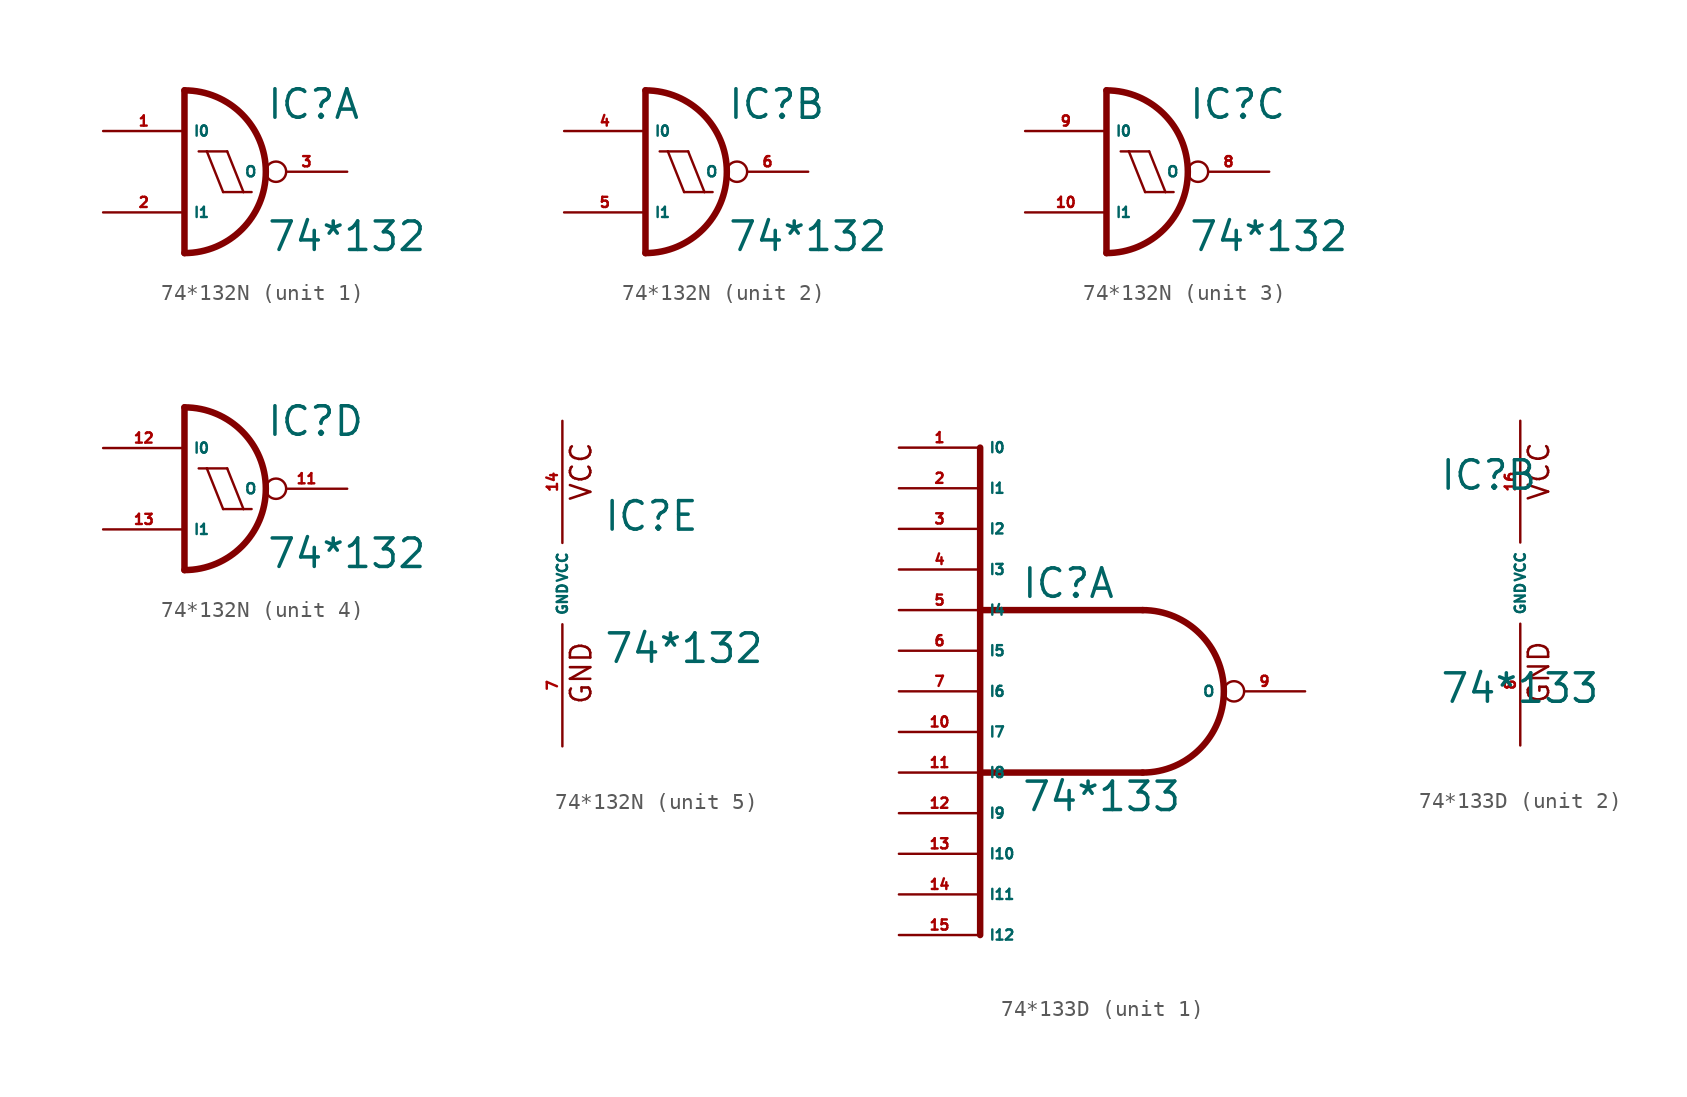
<source format=kicad_sym>
(kicad_symbol_lib
  (version 20220914)
  (generator Eagle2Kicad)
  (symbol "74*132N"
    (property "Reference" "IC"
      (at 2.54 3.175 0)
      (effects (font (size 1.778 1.778) (thickness 0.22)) (justify left bottom)))
    (property "Value" "74*132"
      (at 2.54 -5.08 0)
      (effects (font (size 1.778 1.778) (thickness 0.22)) (justify left bottom)))
    (symbol "74*132N_1_0"
      (polyline (pts (xy -2.54 5.08) (xy -2.54 -5.08)) (stroke (width 0.406) (type default)) (fill (type none)))
      (arc (start -2.54 -5.08) (mid 2.540 0.000) (end -2.54 5.08) (stroke (width 0.4064) (type default)) (fill (type none)))
      (polyline (pts (xy 1.143 -1.27) (xy 0.127 1.27)) (stroke (width 0.152) (type default)) (fill (type none)))
      (polyline (pts (xy -0.127 -1.27) (xy -1.143 1.27)) (stroke (width 0.152) (type default)) (fill (type none)))
      (polyline (pts (xy -0.127 -1.27) (xy 1.143 -1.27)) (stroke (width 0.152) (type default)) (fill (type none)))
      (polyline (pts (xy 1.143 -1.27) (xy 1.651 -1.27)) (stroke (width 0.152) (type default)) (fill (type none)))
      (polyline (pts (xy -1.651 1.27) (xy -1.143 1.27)) (stroke (width 0.152) (type default)) (fill (type none)))
      (polyline (pts (xy -1.143 1.27) (xy 0.127 1.27)) (stroke (width 0.152) (type default)) (fill (type none)))
      (pin input line (at -7.62 2.54 0) (length 5.08) (name "I0" (effects (font (size 0.635 0.635) (thickness 0.08)) (justify left bottom))) (number "1" (effects (font (size 0.635 0.635) (thickness 0.08)) (justify left bottom))))
      (pin input line (at -7.62 -2.54 0) (length 5.08) (name "I1" (effects (font (size 0.635 0.635) (thickness 0.08)) (justify left bottom))) (number "2" (effects (font (size 0.635 0.635) (thickness 0.08)) (justify left bottom))))
      (pin output inverted (at 7.62 0 180) (length 5.08) (name "O" (effects (font (size 0.635 0.635) (thickness 0.08)) (justify left bottom))) (number "3" (effects (font (size 0.635 0.635) (thickness 0.08)) (justify left bottom)))))
    (symbol "74*132N_2_0"
      (polyline (pts (xy -2.54 5.08) (xy -2.54 -5.08)) (stroke (width 0.406) (type default)) (fill (type none)))
      (arc (start -2.54 -5.08) (mid 2.540 0.000) (end -2.54 5.08) (stroke (width 0.4064) (type default)) (fill (type none)))
      (polyline (pts (xy 1.143 -1.27) (xy 0.127 1.27)) (stroke (width 0.152) (type default)) (fill (type none)))
      (polyline (pts (xy -0.127 -1.27) (xy -1.143 1.27)) (stroke (width 0.152) (type default)) (fill (type none)))
      (polyline (pts (xy -0.127 -1.27) (xy 1.143 -1.27)) (stroke (width 0.152) (type default)) (fill (type none)))
      (polyline (pts (xy 1.143 -1.27) (xy 1.651 -1.27)) (stroke (width 0.152) (type default)) (fill (type none)))
      (polyline (pts (xy -1.651 1.27) (xy -1.143 1.27)) (stroke (width 0.152) (type default)) (fill (type none)))
      (polyline (pts (xy -1.143 1.27) (xy 0.127 1.27)) (stroke (width 0.152) (type default)) (fill (type none)))
      (pin input line (at -7.62 2.54 0) (length 5.08) (name "I0" (effects (font (size 0.635 0.635) (thickness 0.08)) (justify left bottom))) (number "4" (effects (font (size 0.635 0.635) (thickness 0.08)) (justify left bottom))))
      (pin input line (at -7.62 -2.54 0) (length 5.08) (name "I1" (effects (font (size 0.635 0.635) (thickness 0.08)) (justify left bottom))) (number "5" (effects (font (size 0.635 0.635) (thickness 0.08)) (justify left bottom))))
      (pin output inverted (at 7.62 0 180) (length 5.08) (name "O" (effects (font (size 0.635 0.635) (thickness 0.08)) (justify left bottom))) (number "6" (effects (font (size 0.635 0.635) (thickness 0.08)) (justify left bottom)))))
    (symbol "74*132N_3_0"
      (polyline (pts (xy -2.54 5.08) (xy -2.54 -5.08)) (stroke (width 0.406) (type default)) (fill (type none)))
      (arc (start -2.54 -5.08) (mid 2.540 0.000) (end -2.54 5.08) (stroke (width 0.4064) (type default)) (fill (type none)))
      (polyline (pts (xy 1.143 -1.27) (xy 0.127 1.27)) (stroke (width 0.152) (type default)) (fill (type none)))
      (polyline (pts (xy -0.127 -1.27) (xy -1.143 1.27)) (stroke (width 0.152) (type default)) (fill (type none)))
      (polyline (pts (xy -0.127 -1.27) (xy 1.143 -1.27)) (stroke (width 0.152) (type default)) (fill (type none)))
      (polyline (pts (xy 1.143 -1.27) (xy 1.651 -1.27)) (stroke (width 0.152) (type default)) (fill (type none)))
      (polyline (pts (xy -1.651 1.27) (xy -1.143 1.27)) (stroke (width 0.152) (type default)) (fill (type none)))
      (polyline (pts (xy -1.143 1.27) (xy 0.127 1.27)) (stroke (width 0.152) (type default)) (fill (type none)))
      (pin input line (at -7.62 2.54 0) (length 5.08) (name "I0" (effects (font (size 0.635 0.635) (thickness 0.08)) (justify left bottom))) (number "9" (effects (font (size 0.635 0.635) (thickness 0.08)) (justify left bottom))))
      (pin input line (at -7.62 -2.54 0) (length 5.08) (name "I1" (effects (font (size 0.635 0.635) (thickness 0.08)) (justify left bottom))) (number "10" (effects (font (size 0.635 0.635) (thickness 0.08)) (justify left bottom))))
      (pin output inverted (at 7.62 0 180) (length 5.08) (name "O" (effects (font (size 0.635 0.635) (thickness 0.08)) (justify left bottom))) (number "8" (effects (font (size 0.635 0.635) (thickness 0.08)) (justify left bottom)))))
    (symbol "74*132N_4_0"
      (polyline (pts (xy -2.54 5.08) (xy -2.54 -5.08)) (stroke (width 0.406) (type default)) (fill (type none)))
      (arc (start -2.54 -5.08) (mid 2.540 0.000) (end -2.54 5.08) (stroke (width 0.4064) (type default)) (fill (type none)))
      (polyline (pts (xy 1.143 -1.27) (xy 0.127 1.27)) (stroke (width 0.152) (type default)) (fill (type none)))
      (polyline (pts (xy -0.127 -1.27) (xy -1.143 1.27)) (stroke (width 0.152) (type default)) (fill (type none)))
      (polyline (pts (xy -0.127 -1.27) (xy 1.143 -1.27)) (stroke (width 0.152) (type default)) (fill (type none)))
      (polyline (pts (xy 1.143 -1.27) (xy 1.651 -1.27)) (stroke (width 0.152) (type default)) (fill (type none)))
      (polyline (pts (xy -1.651 1.27) (xy -1.143 1.27)) (stroke (width 0.152) (type default)) (fill (type none)))
      (polyline (pts (xy -1.143 1.27) (xy 0.127 1.27)) (stroke (width 0.152) (type default)) (fill (type none)))
      (pin input line (at -7.62 2.54 0) (length 5.08) (name "I0" (effects (font (size 0.635 0.635) (thickness 0.08)) (justify left bottom))) (number "12" (effects (font (size 0.635 0.635) (thickness 0.08)) (justify left bottom))))
      (pin input line (at -7.62 -2.54 0) (length 5.08) (name "I1" (effects (font (size 0.635 0.635) (thickness 0.08)) (justify left bottom))) (number "13" (effects (font (size 0.635 0.635) (thickness 0.08)) (justify left bottom))))
      (pin output inverted (at 7.62 0 180) (length 5.08) (name "O" (effects (font (size 0.635 0.635) (thickness 0.08)) (justify left bottom))) (number "11" (effects (font (size 0.635 0.635) (thickness 0.08)) (justify left bottom)))))
    (symbol "74*132N_5_0"
      (text "GND" (at 1.905 -7.62 900) (effects (font (size 1.27 1.27) (thickness 0.16)) (justify left bottom)))
      (text "VCC" (at 1.905 5.08 900) (effects (font (size 1.27 1.27) (thickness 0.16)) (justify left bottom)))
      (pin unspecified line (at 0 -10.16 90) (length 7.62) (name "GND" (effects (font (size 0.635 0.635) (thickness 0.08)) (justify left bottom))) (number "7" (effects (font (size 0.635 0.635) (thickness 0.08)) (justify left bottom))))
      (pin unspecified line (at 0 10.16 270) (length 7.62) (name "VCC" (effects (font (size 0.635 0.635) (thickness 0.08)) (justify left bottom))) (number "14" (effects (font (size 0.635 0.635) (thickness 0.08)) (justify left bottom))))))
  (symbol "74*133D"
    (property "Reference" "IC"
      (at -5.08 5.715 0)
      (effects (font (size 1.778 1.778) (thickness 0.22)) (justify left bottom)))
    (property "Value" "74*133"
      (at -5.08 -7.62 0)
      (effects (font (size 1.778 1.778) (thickness 0.22)) (justify left bottom)))
    (symbol "74*133D_1_0"
      (polyline (pts (xy 2.54 5.08) (xy -7.62 5.08)) (stroke (width 0.406) (type default)) (fill (type none)))
      (polyline (pts (xy -7.62 -5.08) (xy 2.54 -5.08)) (stroke (width 0.406) (type default)) (fill (type none)))
      (polyline (pts (xy -7.62 15.24) (xy -7.62 -15.24)) (stroke (width 0.406) (type default)) (fill (type none)))
      (arc (start 2.54 -5.08) (mid 7.620 0.000) (end 2.54 5.08) (stroke (width 0.4064) (type default)) (fill (type none)))
      (pin input line (at -12.7 15.24 0) (length 5.08) (name "I0" (effects (font (size 0.635 0.635) (thickness 0.08)) (justify left bottom))) (number "1" (effects (font (size 0.635 0.635) (thickness 0.08)) (justify left bottom))))
      (pin input line (at -12.7 12.7 0) (length 5.08) (name "I1" (effects (font (size 0.635 0.635) (thickness 0.08)) (justify left bottom))) (number "2" (effects (font (size 0.635 0.635) (thickness 0.08)) (justify left bottom))))
      (pin input line (at -12.7 10.16 0) (length 5.08) (name "I2" (effects (font (size 0.635 0.635) (thickness 0.08)) (justify left bottom))) (number "3" (effects (font (size 0.635 0.635) (thickness 0.08)) (justify left bottom))))
      (pin input line (at -12.7 7.62 0) (length 5.08) (name "I3" (effects (font (size 0.635 0.635) (thickness 0.08)) (justify left bottom))) (number "4" (effects (font (size 0.635 0.635) (thickness 0.08)) (justify left bottom))))
      (pin input line (at -12.7 5.08 0) (length 5.08) (name "I4" (effects (font (size 0.635 0.635) (thickness 0.08)) (justify left bottom))) (number "5" (effects (font (size 0.635 0.635) (thickness 0.08)) (justify left bottom))))
      (pin input line (at -12.7 2.54 0) (length 5.08) (name "I5" (effects (font (size 0.635 0.635) (thickness 0.08)) (justify left bottom))) (number "6" (effects (font (size 0.635 0.635) (thickness 0.08)) (justify left bottom))))
      (pin input line (at -12.7 0 0) (length 5.08) (name "I6" (effects (font (size 0.635 0.635) (thickness 0.08)) (justify left bottom))) (number "7" (effects (font (size 0.635 0.635) (thickness 0.08)) (justify left bottom))))
      (pin output inverted (at 12.7 0 180) (length 5.08) (name "O" (effects (font (size 0.635 0.635) (thickness 0.08)) (justify left bottom))) (number "9" (effects (font (size 0.635 0.635) (thickness 0.08)) (justify left bottom))))
      (pin input line (at -12.7 -2.54 0) (length 5.08) (name "I7" (effects (font (size 0.635 0.635) (thickness 0.08)) (justify left bottom))) (number "10" (effects (font (size 0.635 0.635) (thickness 0.08)) (justify left bottom))))
      (pin input line (at -12.7 -5.08 0) (length 5.08) (name "I8" (effects (font (size 0.635 0.635) (thickness 0.08)) (justify left bottom))) (number "11" (effects (font (size 0.635 0.635) (thickness 0.08)) (justify left bottom))))
      (pin input line (at -12.7 -7.62 0) (length 5.08) (name "I9" (effects (font (size 0.635 0.635) (thickness 0.08)) (justify left bottom))) (number "12" (effects (font (size 0.635 0.635) (thickness 0.08)) (justify left bottom))))
      (pin input line (at -12.7 -10.16 0) (length 5.08) (name "I10" (effects (font (size 0.635 0.635) (thickness 0.08)) (justify left bottom))) (number "13" (effects (font (size 0.635 0.635) (thickness 0.08)) (justify left bottom))))
      (pin input line (at -12.7 -12.7 0) (length 5.08) (name "I11" (effects (font (size 0.635 0.635) (thickness 0.08)) (justify left bottom))) (number "14" (effects (font (size 0.635 0.635) (thickness 0.08)) (justify left bottom))))
      (pin input line (at -12.7 -15.24 0) (length 5.08) (name "I12" (effects (font (size 0.635 0.635) (thickness 0.08)) (justify left bottom))) (number "15" (effects (font (size 0.635 0.635) (thickness 0.08)) (justify left bottom)))))
    (symbol "74*133D_2_0"
      (text "GND" (at 1.905 -7.62 900) (effects (font (size 1.27 1.27) (thickness 0.16)) (justify left bottom)))
      (text "VCC" (at 1.905 5.08 900) (effects (font (size 1.27 1.27) (thickness 0.16)) (justify left bottom)))
      (pin unspecified line (at 0 -10.16 90) (length 7.62) (name "GND" (effects (font (size 0.635 0.635) (thickness 0.08)) (justify left bottom))) (number "8" (effects (font (size 0.635 0.635) (thickness 0.08)) (justify left bottom))))
      (pin unspecified line (at 0 10.16 270) (length 7.62) (name "VCC" (effects (font (size 0.635 0.635) (thickness 0.08)) (justify left bottom))) (number "16" (effects (font (size 0.635 0.635) (thickness 0.08)) (justify left bottom)))))))
</source>
